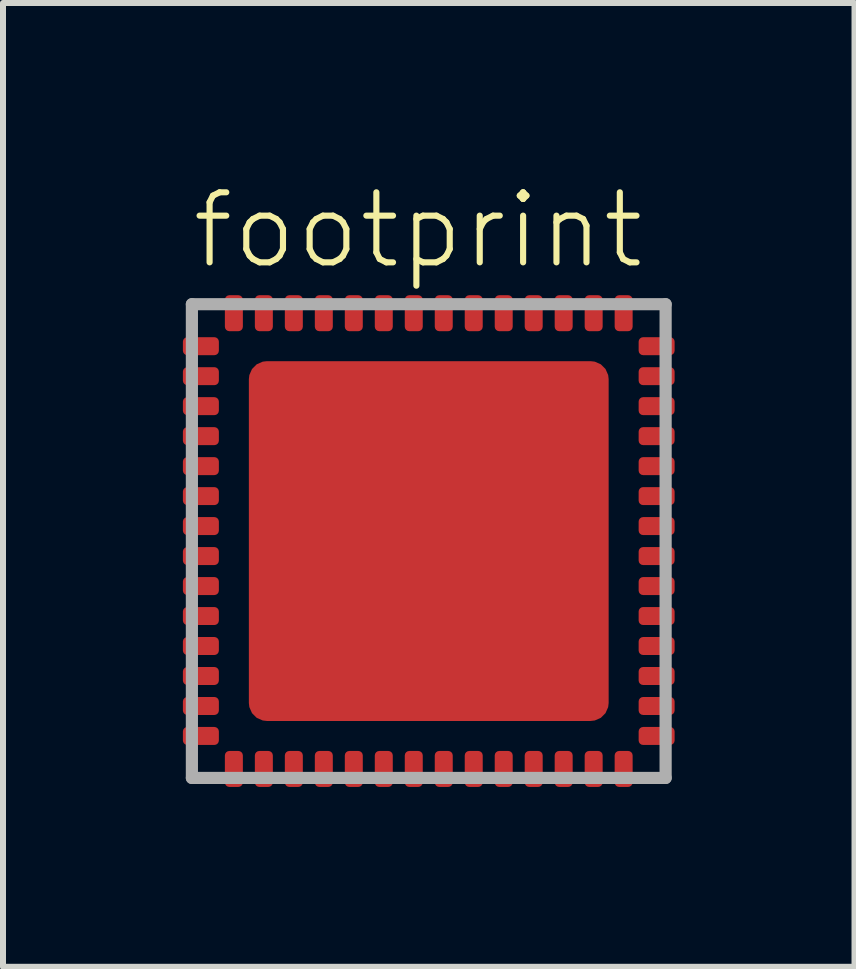
<source format=kicad_pcb>
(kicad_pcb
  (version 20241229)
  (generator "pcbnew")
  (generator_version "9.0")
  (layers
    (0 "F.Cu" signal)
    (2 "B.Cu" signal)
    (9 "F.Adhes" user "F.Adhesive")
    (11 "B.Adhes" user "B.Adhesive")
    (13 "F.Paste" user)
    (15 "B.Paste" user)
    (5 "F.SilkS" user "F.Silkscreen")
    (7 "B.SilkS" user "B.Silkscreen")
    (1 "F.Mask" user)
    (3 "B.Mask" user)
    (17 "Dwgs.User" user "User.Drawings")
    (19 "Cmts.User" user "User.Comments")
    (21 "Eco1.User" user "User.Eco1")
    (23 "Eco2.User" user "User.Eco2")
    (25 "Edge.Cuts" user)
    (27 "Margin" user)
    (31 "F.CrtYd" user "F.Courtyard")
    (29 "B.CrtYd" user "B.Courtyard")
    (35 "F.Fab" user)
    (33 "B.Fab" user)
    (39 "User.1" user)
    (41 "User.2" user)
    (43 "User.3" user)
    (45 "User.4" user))
  (footprint "footprint"
    (layer "F.Cu")
    (at 4.1 5.973)
    (property "Reference" "footprint" (at -4 -4.5 0) (layer "F.SilkS") (effects (font (size 1.168 1.168) (thickness 0.102)) (justify left bottom)))
    (fp_poly (pts (xy -4.1 -3.1) (xy -3.5 -3.1) (xy -3.5 -3.4) (xy -4.1 -3.4)) (stroke (width 0) (type solid)) (fill yes) (layer "F.Mask"))
    (fp_poly (pts (xy -4.1 -2.6) (xy -3.5 -2.6) (xy -3.5 -2.9) (xy -4.1 -2.9)) (stroke (width 0) (type solid)) (fill yes) (layer "F.Mask"))
    (fp_poly (pts (xy -4.1 -2.1) (xy -3.5 -2.1) (xy -3.5 -2.4) (xy -4.1 -2.4)) (stroke (width 0) (type solid)) (fill yes) (layer "F.Mask"))
    (fp_poly (pts (xy -4.1 -1.6) (xy -3.5 -1.6) (xy -3.5 -1.9) (xy -4.1 -1.9)) (stroke (width 0) (type solid)) (fill yes) (layer "F.Mask"))
    (fp_poly (pts (xy -4.1 -1.1) (xy -3.5 -1.1) (xy -3.5 -1.4) (xy -4.1 -1.4)) (stroke (width 0) (type solid)) (fill yes) (layer "F.Mask"))
    (fp_poly (pts (xy -4.1 -0.6) (xy -3.5 -0.6) (xy -3.5 -0.9) (xy -4.1 -0.9)) (stroke (width 0) (type solid)) (fill yes) (layer "F.Mask"))
    (fp_poly (pts (xy -4.1 -0.1) (xy -3.5 -0.1) (xy -3.5 -0.4) (xy -4.1 -0.4)) (stroke (width 0) (type solid)) (fill yes) (layer "F.Mask"))
    (fp_poly (pts (xy -4.1 0.4) (xy -3.5 0.4) (xy -3.5 0.1) (xy -4.1 0.1)) (stroke (width 0) (type solid)) (fill yes) (layer "F.Mask"))
    (fp_poly (pts (xy -4.1 0.9) (xy -3.5 0.9) (xy -3.5 0.6) (xy -4.1 0.6)) (stroke (width 0) (type solid)) (fill yes) (layer "F.Mask"))
    (fp_poly (pts (xy -4.1 1.4) (xy -3.5 1.4) (xy -3.5 1.1) (xy -4.1 1.1)) (stroke (width 0) (type solid)) (fill yes) (layer "F.Mask"))
    (fp_poly (pts (xy -4.1 1.9) (xy -3.5 1.9) (xy -3.5 1.6) (xy -4.1 1.6)) (stroke (width 0) (type solid)) (fill yes) (layer "F.Mask"))
    (fp_poly (pts (xy -4.1 2.4) (xy -3.5 2.4) (xy -3.5 2.1) (xy -4.1 2.1)) (stroke (width 0) (type solid)) (fill yes) (layer "F.Mask"))
    (fp_poly (pts (xy -4.1 2.9) (xy -3.5 2.9) (xy -3.5 2.6) (xy -4.1 2.6)) (stroke (width 0) (type solid)) (fill yes) (layer "F.Mask"))
    (fp_poly (pts (xy -4.1 3.4) (xy -3.5 3.4) (xy -3.5 3.1) (xy -4.1 3.1)) (stroke (width 0) (type solid)) (fill yes) (layer "F.Mask"))
    (fp_poly (pts (xy -3.4 -4.1) (xy -3.4 -3.5) (xy -3.1 -3.5) (xy -3.1 -4.1)) (stroke (width 0) (type solid)) (fill yes) (layer "F.Mask"))
    (fp_poly (pts (xy -3.1 4.1) (xy -3.1 3.5) (xy -3.4 3.5) (xy -3.4 4.1)) (stroke (width 0) (type solid)) (fill yes) (layer "F.Mask"))
    (fp_poly (pts (xy -2.95 2.95) (xy 2.95 2.95) (xy 2.95 -2.95) (xy -2.95 -2.95)) (stroke (width 0) (type solid)) (fill yes) (layer "F.Mask"))
    (fp_poly (pts (xy -2.9 -4.1) (xy -2.9 -3.5) (xy -2.6 -3.5) (xy -2.6 -4.1)) (stroke (width 0) (type solid)) (fill yes) (layer "F.Mask"))
    (fp_poly (pts (xy -2.6 4.1) (xy -2.6 3.5) (xy -2.9 3.5) (xy -2.9 4.1)) (stroke (width 0) (type solid)) (fill yes) (layer "F.Mask"))
    (fp_poly (pts (xy -2.4 -4.1) (xy -2.4 -3.5) (xy -2.1 -3.5) (xy -2.1 -4.1)) (stroke (width 0) (type solid)) (fill yes) (layer "F.Mask"))
    (fp_poly (pts (xy -2.1 4.1) (xy -2.1 3.5) (xy -2.4 3.5) (xy -2.4 4.1)) (stroke (width 0) (type solid)) (fill yes) (layer "F.Mask"))
    (fp_poly (pts (xy -1.9 -4.1) (xy -1.9 -3.5) (xy -1.6 -3.5) (xy -1.6 -4.1)) (stroke (width 0) (type solid)) (fill yes) (layer "F.Mask"))
    (fp_poly (pts (xy -1.6 4.1) (xy -1.6 3.5) (xy -1.9 3.5) (xy -1.9 4.1)) (stroke (width 0) (type solid)) (fill yes) (layer "F.Mask"))
    (fp_poly (pts (xy -1.4 -4.1) (xy -1.4 -3.5) (xy -1.1 -3.5) (xy -1.1 -4.1)) (stroke (width 0) (type solid)) (fill yes) (layer "F.Mask"))
    (fp_poly (pts (xy -1.1 4.1) (xy -1.1 3.5) (xy -1.4 3.5) (xy -1.4 4.1)) (stroke (width 0) (type solid)) (fill yes) (layer "F.Mask"))
    (fp_poly (pts (xy -0.9 -4.1) (xy -0.9 -3.5) (xy -0.6 -3.5) (xy -0.6 -4.1)) (stroke (width 0) (type solid)) (fill yes) (layer "F.Mask"))
    (fp_poly (pts (xy -0.6 4.1) (xy -0.6 3.5) (xy -0.9 3.5) (xy -0.9 4.1)) (stroke (width 0) (type solid)) (fill yes) (layer "F.Mask"))
    (fp_poly (pts (xy -0.4 -4.1) (xy -0.4 -3.5) (xy -0.1 -3.5) (xy -0.1 -4.1)) (stroke (width 0) (type solid)) (fill yes) (layer "F.Mask"))
    (fp_poly (pts (xy -0.1 4.1) (xy -0.1 3.5) (xy -0.4 3.5) (xy -0.4 4.1)) (stroke (width 0) (type solid)) (fill yes) (layer "F.Mask"))
    (fp_poly (pts (xy 0.1 -4.1) (xy 0.1 -3.5) (xy 0.4 -3.5) (xy 0.4 -4.1)) (stroke (width 0) (type solid)) (fill yes) (layer "F.Mask"))
    (fp_poly (pts (xy 0.4 4.1) (xy 0.4 3.5) (xy 0.1 3.5) (xy 0.1 4.1)) (stroke (width 0) (type solid)) (fill yes) (layer "F.Mask"))
    (fp_poly (pts (xy 0.6 -4.1) (xy 0.6 -3.5) (xy 0.9 -3.5) (xy 0.9 -4.1)) (stroke (width 0) (type solid)) (fill yes) (layer "F.Mask"))
    (fp_poly (pts (xy 0.9 4.1) (xy 0.9 3.5) (xy 0.6 3.5) (xy 0.6 4.1)) (stroke (width 0) (type solid)) (fill yes) (layer "F.Mask"))
    (fp_poly (pts (xy 1.1 -4.1) (xy 1.1 -3.5) (xy 1.4 -3.5) (xy 1.4 -4.1)) (stroke (width 0) (type solid)) (fill yes) (layer "F.Mask"))
    (fp_poly (pts (xy 1.4 4.1) (xy 1.4 3.5) (xy 1.1 3.5) (xy 1.1 4.1)) (stroke (width 0) (type solid)) (fill yes) (layer "F.Mask"))
    (fp_poly (pts (xy 1.6 -4.1) (xy 1.6 -3.5) (xy 1.9 -3.5) (xy 1.9 -4.1)) (stroke (width 0) (type solid)) (fill yes) (layer "F.Mask"))
    (fp_poly (pts (xy 1.9 4.1) (xy 1.9 3.5) (xy 1.6 3.5) (xy 1.6 4.1)) (stroke (width 0) (type solid)) (fill yes) (layer "F.Mask"))
    (fp_poly (pts (xy 2.1 -4.1) (xy 2.1 -3.5) (xy 2.4 -3.5) (xy 2.4 -4.1)) (stroke (width 0) (type solid)) (fill yes) (layer "F.Mask"))
    (fp_poly (pts (xy 2.4 4.1) (xy 2.4 3.5) (xy 2.1 3.5) (xy 2.1 4.1)) (stroke (width 0) (type solid)) (fill yes) (layer "F.Mask"))
    (fp_poly (pts (xy 2.6 -4.1) (xy 2.6 -3.5) (xy 2.9 -3.5) (xy 2.9 -4.1)) (stroke (width 0) (type solid)) (fill yes) (layer "F.Mask"))
    (fp_poly (pts (xy 2.9 4.1) (xy 2.9 3.5) (xy 2.6 3.5) (xy 2.6 4.1)) (stroke (width 0) (type solid)) (fill yes) (layer "F.Mask"))
    (fp_poly (pts (xy 3.1 -4.1) (xy 3.1 -3.5) (xy 3.4 -3.5) (xy 3.4 -4.1)) (stroke (width 0) (type solid)) (fill yes) (layer "F.Mask"))
    (fp_poly (pts (xy 3.4 4.1) (xy 3.4 3.5) (xy 3.1 3.5) (xy 3.1 4.1)) (stroke (width 0) (type solid)) (fill yes) (layer "F.Mask"))
    (fp_poly (pts (xy 4.1 -3.4) (xy 3.5 -3.4) (xy 3.5 -3.1) (xy 4.1 -3.1)) (stroke (width 0) (type solid)) (fill yes) (layer "F.Mask"))
    (fp_poly (pts (xy 4.1 -2.9) (xy 3.5 -2.9) (xy 3.5 -2.6) (xy 4.1 -2.6)) (stroke (width 0) (type solid)) (fill yes) (layer "F.Mask"))
    (fp_poly (pts (xy 4.1 -2.4) (xy 3.5 -2.4) (xy 3.5 -2.1) (xy 4.1 -2.1)) (stroke (width 0) (type solid)) (fill yes) (layer "F.Mask"))
    (fp_poly (pts (xy 4.1 -1.9) (xy 3.5 -1.9) (xy 3.5 -1.6) (xy 4.1 -1.6)) (stroke (width 0) (type solid)) (fill yes) (layer "F.Mask"))
    (fp_poly (pts (xy 4.1 -1.4) (xy 3.5 -1.4) (xy 3.5 -1.1) (xy 4.1 -1.1)) (stroke (width 0) (type solid)) (fill yes) (layer "F.Mask"))
    (fp_poly (pts (xy 4.1 -0.9) (xy 3.5 -0.9) (xy 3.5 -0.6) (xy 4.1 -0.6)) (stroke (width 0) (type solid)) (fill yes) (layer "F.Mask"))
    (fp_poly (pts (xy 4.1 -0.4) (xy 3.5 -0.4) (xy 3.5 -0.1) (xy 4.1 -0.1)) (stroke (width 0) (type solid)) (fill yes) (layer "F.Mask"))
    (fp_poly (pts (xy 4.1 0.1) (xy 3.5 0.1) (xy 3.5 0.4) (xy 4.1 0.4)) (stroke (width 0) (type solid)) (fill yes) (layer "F.Mask"))
    (fp_poly (pts (xy 4.1 0.6) (xy 3.5 0.6) (xy 3.5 0.9) (xy 4.1 0.9)) (stroke (width 0) (type solid)) (fill yes) (layer "F.Mask"))
    (fp_poly (pts (xy 4.1 1.1) (xy 3.5 1.1) (xy 3.5 1.4) (xy 4.1 1.4)) (stroke (width 0) (type solid)) (fill yes) (layer "F.Mask"))
    (fp_poly (pts (xy 4.1 1.6) (xy 3.5 1.6) (xy 3.5 1.9) (xy 4.1 1.9)) (stroke (width 0) (type solid)) (fill yes) (layer "F.Mask"))
    (fp_poly (pts (xy 4.1 2.1) (xy 3.5 2.1) (xy 3.5 2.4) (xy 4.1 2.4)) (stroke (width 0) (type solid)) (fill yes) (layer "F.Mask"))
    (fp_poly (pts (xy 4.1 2.6) (xy 3.5 2.6) (xy 3.5 2.9) (xy 4.1 2.9)) (stroke (width 0) (type solid)) (fill yes) (layer "F.Mask"))
    (fp_poly (pts (xy 4.1 3.1) (xy 3.5 3.1) (xy 3.5 3.4) (xy 4.1 3.4)) (stroke (width 0) (type solid)) (fill yes) (layer "F.Mask"))
    (fp_line (start -3.95 -3.95) (end -3.95 3.95) (stroke (width 0.203) (type solid)) (layer "F.Fab"))
    (fp_line (start -3.95 3.95) (end 3.95 3.95) (stroke (width 0.203) (type solid)) (layer "F.Fab"))
    (fp_line (start 3.95 -3.95) (end -3.95 -3.95) (stroke (width 0.203) (type solid)) (layer "F.Fab"))
    (fp_line (start 3.95 3.95) (end 3.95 -3.95) (stroke (width 0.203) (type solid)) (layer "F.Fab"))
    (pad "1" smd roundrect (at -3.8 -3.25 90) (size 0.3 0.6) (layers "F.Cu" "F.Paste") (roundrect_rratio 0.25))
    (pad "2" smd roundrect (at -3.8 -2.75 90) (size 0.3 0.6) (layers "F.Cu" "F.Paste") (roundrect_rratio 0.25))
    (pad "3" smd roundrect (at -3.8 -2.25 90) (size 0.3 0.6) (layers "F.Cu" "F.Paste") (roundrect_rratio 0.25))
    (pad "4" smd roundrect (at -3.8 -1.75 90) (size 0.3 0.6) (layers "F.Cu" "F.Paste") (roundrect_rratio 0.25))
    (pad "5" smd roundrect (at -3.8 -1.25 90) (size 0.3 0.6) (layers "F.Cu" "F.Paste") (roundrect_rratio 0.25))
    (pad "6" smd roundrect (at -3.8 -0.75 90) (size 0.3 0.6) (layers "F.Cu" "F.Paste") (roundrect_rratio 0.25))
    (pad "7" smd roundrect (at -3.8 -0.25 90) (size 0.3 0.6) (layers "F.Cu" "F.Paste") (roundrect_rratio 0.25))
    (pad "8" smd roundrect (at -3.8 0.25 90) (size 0.3 0.6) (layers "F.Cu" "F.Paste") (roundrect_rratio 0.25))
    (pad "9" smd roundrect (at -3.8 0.75 90) (size 0.3 0.6) (layers "F.Cu" "F.Paste") (roundrect_rratio 0.25))
    (pad "10" smd roundrect (at -3.8 1.25 90) (size 0.3 0.6) (layers "F.Cu" "F.Paste") (roundrect_rratio 0.25))
    (pad "11" smd roundrect (at -3.8 1.75 90) (size 0.3 0.6) (layers "F.Cu" "F.Paste") (roundrect_rratio 0.25))
    (pad "12" smd roundrect (at -3.8 2.25 90) (size 0.3 0.6) (layers "F.Cu" "F.Paste") (roundrect_rratio 0.25))
    (pad "13" smd roundrect (at -3.8 2.75 90) (size 0.3 0.6) (layers "F.Cu" "F.Paste") (roundrect_rratio 0.25))
    (pad "14" smd roundrect (at -3.8 3.25 90) (size 0.3 0.6) (layers "F.Cu" "F.Paste") (roundrect_rratio 0.25))
    (pad "15" smd roundrect (at -3.25 3.8 180) (size 0.3 0.6) (layers "F.Cu" "F.Paste") (roundrect_rratio 0.25))
    (pad "16" smd roundrect (at -2.75 3.8 180) (size 0.3 0.6) (layers "F.Cu" "F.Paste") (roundrect_rratio 0.25))
    (pad "17" smd roundrect (at -2.25 3.8 180) (size 0.3 0.6) (layers "F.Cu" "F.Paste") (roundrect_rratio 0.25))
    (pad "18" smd roundrect (at -1.75 3.8 180) (size 0.3 0.6) (layers "F.Cu" "F.Paste") (roundrect_rratio 0.25))
    (pad "19" smd roundrect (at -1.25 3.8 180) (size 0.3 0.6) (layers "F.Cu" "F.Paste") (roundrect_rratio 0.25))
    (pad "20" smd roundrect (at -0.75 3.8 180) (size 0.3 0.6) (layers "F.Cu" "F.Paste") (roundrect_rratio 0.25))
    (pad "21" smd roundrect (at -0.25 3.8 180) (size 0.3 0.6) (layers "F.Cu" "F.Paste") (roundrect_rratio 0.25))
    (pad "22" smd roundrect (at 0.25 3.8 180) (size 0.3 0.6) (layers "F.Cu" "F.Paste") (roundrect_rratio 0.25))
    (pad "23" smd roundrect (at 0.75 3.8 180) (size 0.3 0.6) (layers "F.Cu" "F.Paste") (roundrect_rratio 0.25))
    (pad "24" smd roundrect (at 1.25 3.8 180) (size 0.3 0.6) (layers "F.Cu" "F.Paste") (roundrect_rratio 0.25))
    (pad "25" smd roundrect (at 1.75 3.8 180) (size 0.3 0.6) (layers "F.Cu" "F.Paste") (roundrect_rratio 0.25))
    (pad "26" smd roundrect (at 2.25 3.8 180) (size 0.3 0.6) (layers "F.Cu" "F.Paste") (roundrect_rratio 0.25))
    (pad "27" smd roundrect (at 2.75 3.8 180) (size 0.3 0.6) (layers "F.Cu" "F.Paste") (roundrect_rratio 0.25))
    (pad "28" smd roundrect (at 3.25 3.8 180) (size 0.3 0.6) (layers "F.Cu" "F.Paste") (roundrect_rratio 0.25))
    (pad "29" smd roundrect (at 3.8 3.25 270) (size 0.3 0.6) (layers "F.Cu" "F.Paste") (roundrect_rratio 0.25))
    (pad "30" smd roundrect (at 3.8 2.75 270) (size 0.3 0.6) (layers "F.Cu" "F.Paste") (roundrect_rratio 0.25))
    (pad "31" smd roundrect (at 3.8 2.25 270) (size 0.3 0.6) (layers "F.Cu" "F.Paste") (roundrect_rratio 0.25))
    (pad "32" smd roundrect (at 3.8 1.75 270) (size 0.3 0.6) (layers "F.Cu" "F.Paste") (roundrect_rratio 0.25))
    (pad "33" smd roundrect (at 3.8 1.25 270) (size 0.3 0.6) (layers "F.Cu" "F.Paste") (roundrect_rratio 0.25))
    (pad "34" smd roundrect (at 3.8 0.75 270) (size 0.3 0.6) (layers "F.Cu" "F.Paste") (roundrect_rratio 0.25))
    (pad "35" smd roundrect (at 3.8 0.25 270) (size 0.3 0.6) (layers "F.Cu" "F.Paste") (roundrect_rratio 0.25))
    (pad "36" smd roundrect (at 3.8 -0.25 270) (size 0.3 0.6) (layers "F.Cu" "F.Paste") (roundrect_rratio 0.25))
    (pad "37" smd roundrect (at 3.8 -0.75 270) (size 0.3 0.6) (layers "F.Cu" "F.Paste") (roundrect_rratio 0.25))
    (pad "38" smd roundrect (at 3.8 -1.25 270) (size 0.3 0.6) (layers "F.Cu" "F.Paste") (roundrect_rratio 0.25))
    (pad "39" smd roundrect (at 3.8 -1.75 270) (size 0.3 0.6) (layers "F.Cu" "F.Paste") (roundrect_rratio 0.25))
    (pad "40" smd roundrect (at 3.8 -2.25 270) (size 0.3 0.6) (layers "F.Cu" "F.Paste") (roundrect_rratio 0.25))
    (pad "41" smd roundrect (at 3.8 -2.75 270) (size 0.3 0.6) (layers "F.Cu" "F.Paste") (roundrect_rratio 0.25))
    (pad "42" smd roundrect (at 3.8 -3.25 270) (size 0.3 0.6) (layers "F.Cu" "F.Paste") (roundrect_rratio 0.25))
    (pad "43" smd roundrect (at 3.25 -3.8) (size 0.3 0.6) (layers "F.Cu" "F.Paste") (roundrect_rratio 0.25))
    (pad "44" smd roundrect (at 2.75 -3.8) (size 0.3 0.6) (layers "F.Cu" "F.Paste") (roundrect_rratio 0.25))
    (pad "45" smd roundrect (at 2.25 -3.8) (size 0.3 0.6) (layers "F.Cu" "F.Paste") (roundrect_rratio 0.25))
    (pad "46" smd roundrect (at 1.75 -3.8) (size 0.3 0.6) (layers "F.Cu" "F.Paste") (roundrect_rratio 0.25))
    (pad "47" smd roundrect (at 1.25 -3.8) (size 0.3 0.6) (layers "F.Cu" "F.Paste") (roundrect_rratio 0.25))
    (pad "48" smd roundrect (at 0.75 -3.8) (size 0.3 0.6) (layers "F.Cu" "F.Paste") (roundrect_rratio 0.25))
    (pad "49" smd roundrect (at 0.25 -3.8) (size 0.3 0.6) (layers "F.Cu" "F.Paste") (roundrect_rratio 0.25))
    (pad "50" smd roundrect (at -0.25 -3.8) (size 0.3 0.6) (layers "F.Cu" "F.Paste") (roundrect_rratio 0.25))
    (pad "51" smd roundrect (at -0.75 -3.8) (size 0.3 0.6) (layers "F.Cu" "F.Paste") (roundrect_rratio 0.25))
    (pad "52" smd roundrect (at -1.25 -3.8) (size 0.3 0.6) (layers "F.Cu" "F.Paste") (roundrect_rratio 0.25))
    (pad "53" smd roundrect (at -1.75 -3.8) (size 0.3 0.6) (layers "F.Cu" "F.Paste") (roundrect_rratio 0.25))
    (pad "54" smd roundrect (at -2.25 -3.8) (size 0.3 0.6) (layers "F.Cu" "F.Paste") (roundrect_rratio 0.25))
    (pad "55" smd roundrect (at -2.75 -3.8) (size 0.3 0.6) (layers "F.Cu" "F.Paste") (roundrect_rratio 0.25))
    (pad "56" smd roundrect (at -3.25 -3.8) (size 0.3 0.6) (layers "F.Cu" "F.Paste") (roundrect_rratio 0.25))
    (pad "EPAD" smd roundrect (at 0 0) (size 6 6) (layers "F.Cu") (roundrect_rratio 0.05)))
  (gr_rect
    (start -3 -3)
    (end 11.2 13.073)
    (stroke (width 0.1) (type default))
    (fill no)
    (layer "Edge.Cuts")))
</source>
